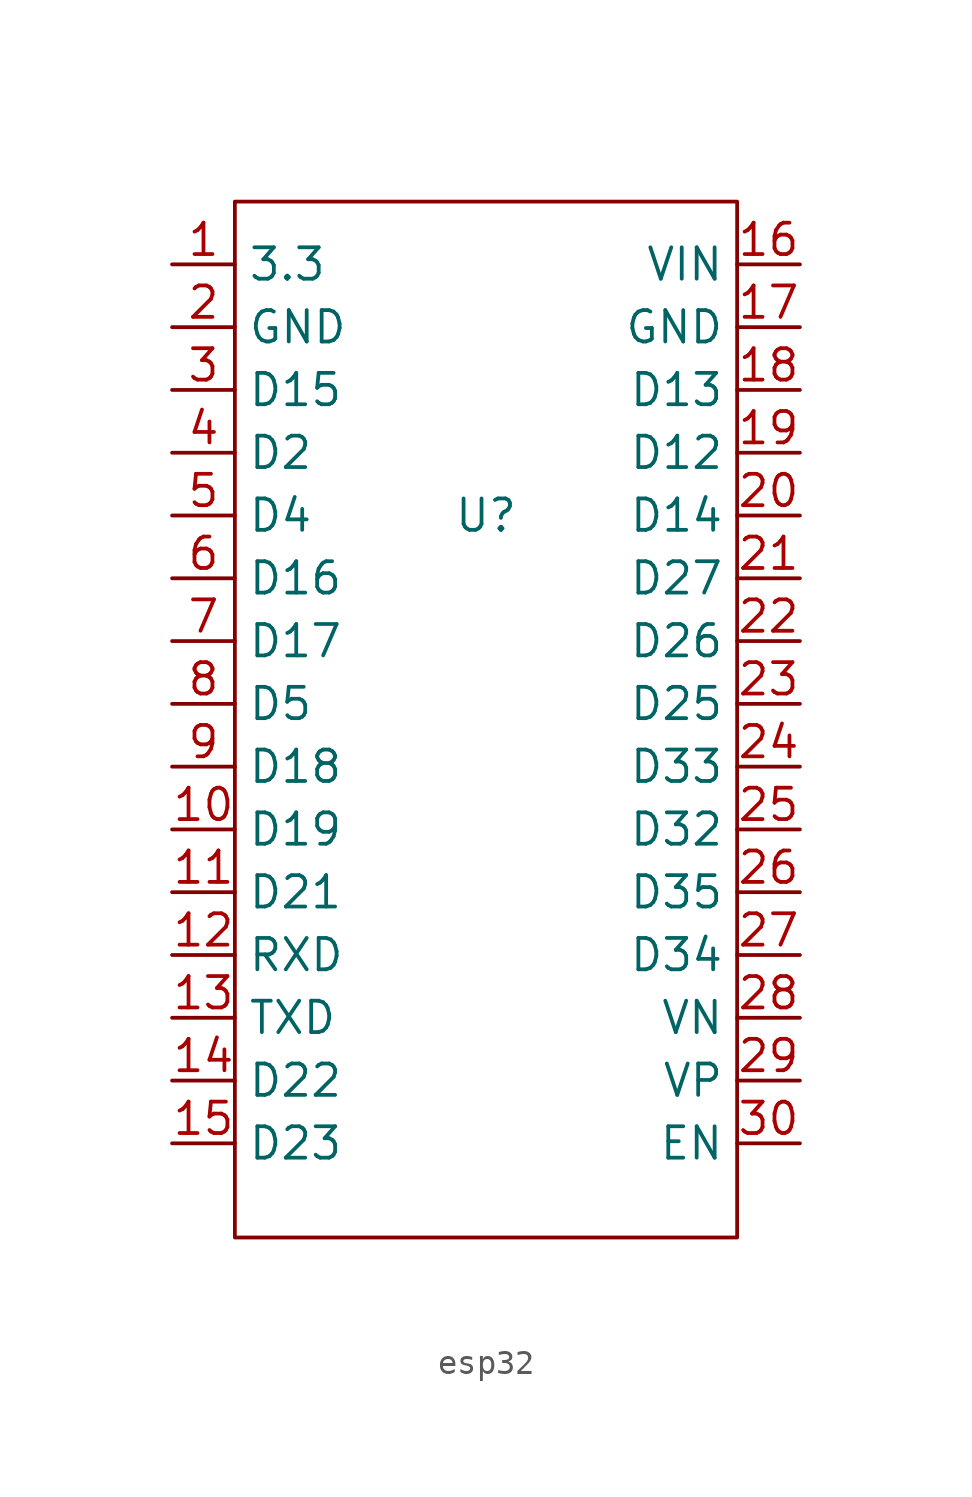
<source format=kicad_sym>
(kicad_symbol_lib
  (version 20241209)
  (generator "kicad_symbol_editor")
  (generator_version "9.0")
  (symbol "esp32"
    (property "Reference" "U"
      (at 0 0 0)
      (effects (font (size 1.27 1.27))))
    (property "Value" ""
      (at 0 0 0)
      (effects (font (size 1.27 1.27))))
    (symbol "esp32_0_1"
      (rectangle (start -10.16 12.7) (end 10.16 -29.21) (stroke (width 0) (type default)) (fill (type none))))
    (symbol "esp32_1_1"
      (pin power_out line (at -12.7 10.16 0) (length 2.54) (name "3.3" (effects (font (size 1.27 1.27)))) (number "1" (effects (font (size 1.27 1.27)))))
      (pin power_in line (at -12.7 7.62 0) (length 2.54) (name "GND" (effects (font (size 1.27 1.27)))) (number "2" (effects (font (size 1.27 1.27)))))
      (pin bidirectional line (at -12.7 5.08 0) (length 2.54) (name "D15" (effects (font (size 1.27 1.27)))) (number "3" (effects (font (size 1.27 1.27)))))
      (pin bidirectional line (at -12.7 2.54 0) (length 2.54) (name "D2" (effects (font (size 1.27 1.27)))) (number "4" (effects (font (size 1.27 1.27)))))
      (pin bidirectional line (at -12.7 0 0) (length 2.54) (name "D4" (effects (font (size 1.27 1.27)))) (number "5" (effects (font (size 1.27 1.27)))))
      (pin bidirectional line (at -12.7 -2.54 0) (length 2.54) (name "D16" (effects (font (size 1.27 1.27)))) (number "6" (effects (font (size 1.27 1.27)))))
      (pin bidirectional line (at -12.7 -5.08 0) (length 2.54) (name "D17" (effects (font (size 1.27 1.27)))) (number "7" (effects (font (size 1.27 1.27)))))
      (pin bidirectional line (at -12.7 -7.62 0) (length 2.54) (name "D5" (effects (font (size 1.27 1.27)))) (number "8" (effects (font (size 1.27 1.27)))))
      (pin bidirectional line (at -12.7 -10.16 0) (length 2.54) (name "D18" (effects (font (size 1.27 1.27)))) (number "9" (effects (font (size 1.27 1.27)))))
      (pin bidirectional line (at -12.7 -12.7 0) (length 2.54) (name "D19" (effects (font (size 1.27 1.27)))) (number "10" (effects (font (size 1.27 1.27)))))
      (pin bidirectional line (at -12.7 -15.24 0) (length 2.54) (name "D21" (effects (font (size 1.27 1.27)))) (number "11" (effects (font (size 1.27 1.27)))))
      (pin bidirectional line (at -12.7 -17.78 0) (length 2.54) (name "RXD" (effects (font (size 1.27 1.27)))) (number "12" (effects (font (size 1.27 1.27)))))
      (pin bidirectional line (at -12.7 -20.32 0) (length 2.54) (name "TXD" (effects (font (size 1.27 1.27)))) (number "13" (effects (font (size 1.27 1.27)))))
      (pin bidirectional line (at -12.7 -22.86 0) (length 2.54) (name "D22" (effects (font (size 1.27 1.27)))) (number "14" (effects (font (size 1.27 1.27)))))
      (pin bidirectional line (at -12.7 -25.4 0) (length 2.54) (name "D23" (effects (font (size 1.27 1.27)))) (number "15" (effects (font (size 1.27 1.27)))))
      (pin power_in line (at 12.7 10.16 180) (length 2.54) (name "VIN" (effects (font (size 1.27 1.27)))) (number "16" (effects (font (size 1.27 1.27)))))
      (pin power_in line (at 12.7 7.62 180) (length 2.54) (name "GND" (effects (font (size 1.27 1.27)))) (number "17" (effects (font (size 1.27 1.27)))))
      (pin bidirectional line (at 12.7 5.08 180) (length 2.54) (name "D13" (effects (font (size 1.27 1.27)))) (number "18" (effects (font (size 1.27 1.27)))))
      (pin bidirectional line (at 12.7 2.54 180) (length 2.54) (name "D12" (effects (font (size 1.27 1.27)))) (number "19" (effects (font (size 1.27 1.27)))))
      (pin bidirectional line (at 12.7 0 180) (length 2.54) (name "D14" (effects (font (size 1.27 1.27)))) (number "20" (effects (font (size 1.27 1.27)))))
      (pin bidirectional line (at 12.7 -2.54 180) (length 2.54) (name "D27" (effects (font (size 1.27 1.27)))) (number "21" (effects (font (size 1.27 1.27)))))
      (pin bidirectional line (at 12.7 -5.08 180) (length 2.54) (name "D26" (effects (font (size 1.27 1.27)))) (number "22" (effects (font (size 1.27 1.27)))))
      (pin bidirectional line (at 12.7 -7.62 180) (length 2.54) (name "D25" (effects (font (size 1.27 1.27)))) (number "23" (effects (font (size 1.27 1.27)))))
      (pin bidirectional line (at 12.7 -10.16 180) (length 2.54) (name "D33" (effects (font (size 1.27 1.27)))) (number "24" (effects (font (size 1.27 1.27)))))
      (pin bidirectional line (at 12.7 -12.7 180) (length 2.54) (name "D32" (effects (font (size 1.27 1.27)))) (number "25" (effects (font (size 1.27 1.27)))))
      (pin bidirectional line (at 12.7 -15.24 180) (length 2.54) (name "D35" (effects (font (size 1.27 1.27)))) (number "26" (effects (font (size 1.27 1.27)))))
      (pin bidirectional line (at 12.7 -17.78 180) (length 2.54) (name "D34" (effects (font (size 1.27 1.27)))) (number "27" (effects (font (size 1.27 1.27)))))
      (pin bidirectional line (at 12.7 -20.32 180) (length 2.54) (name "VN" (effects (font (size 1.27 1.27)))) (number "28" (effects (font (size 1.27 1.27)))))
      (pin bidirectional line (at 12.7 -22.86 180) (length 2.54) (name "VP" (effects (font (size 1.27 1.27)))) (number "29" (effects (font (size 1.27 1.27)))))
      (pin bidirectional line (at 12.7 -25.4 180) (length 2.54) (name "EN" (effects (font (size 1.27 1.27)))) (number "30" (effects (font (size 1.27 1.27))))))))
</source>
